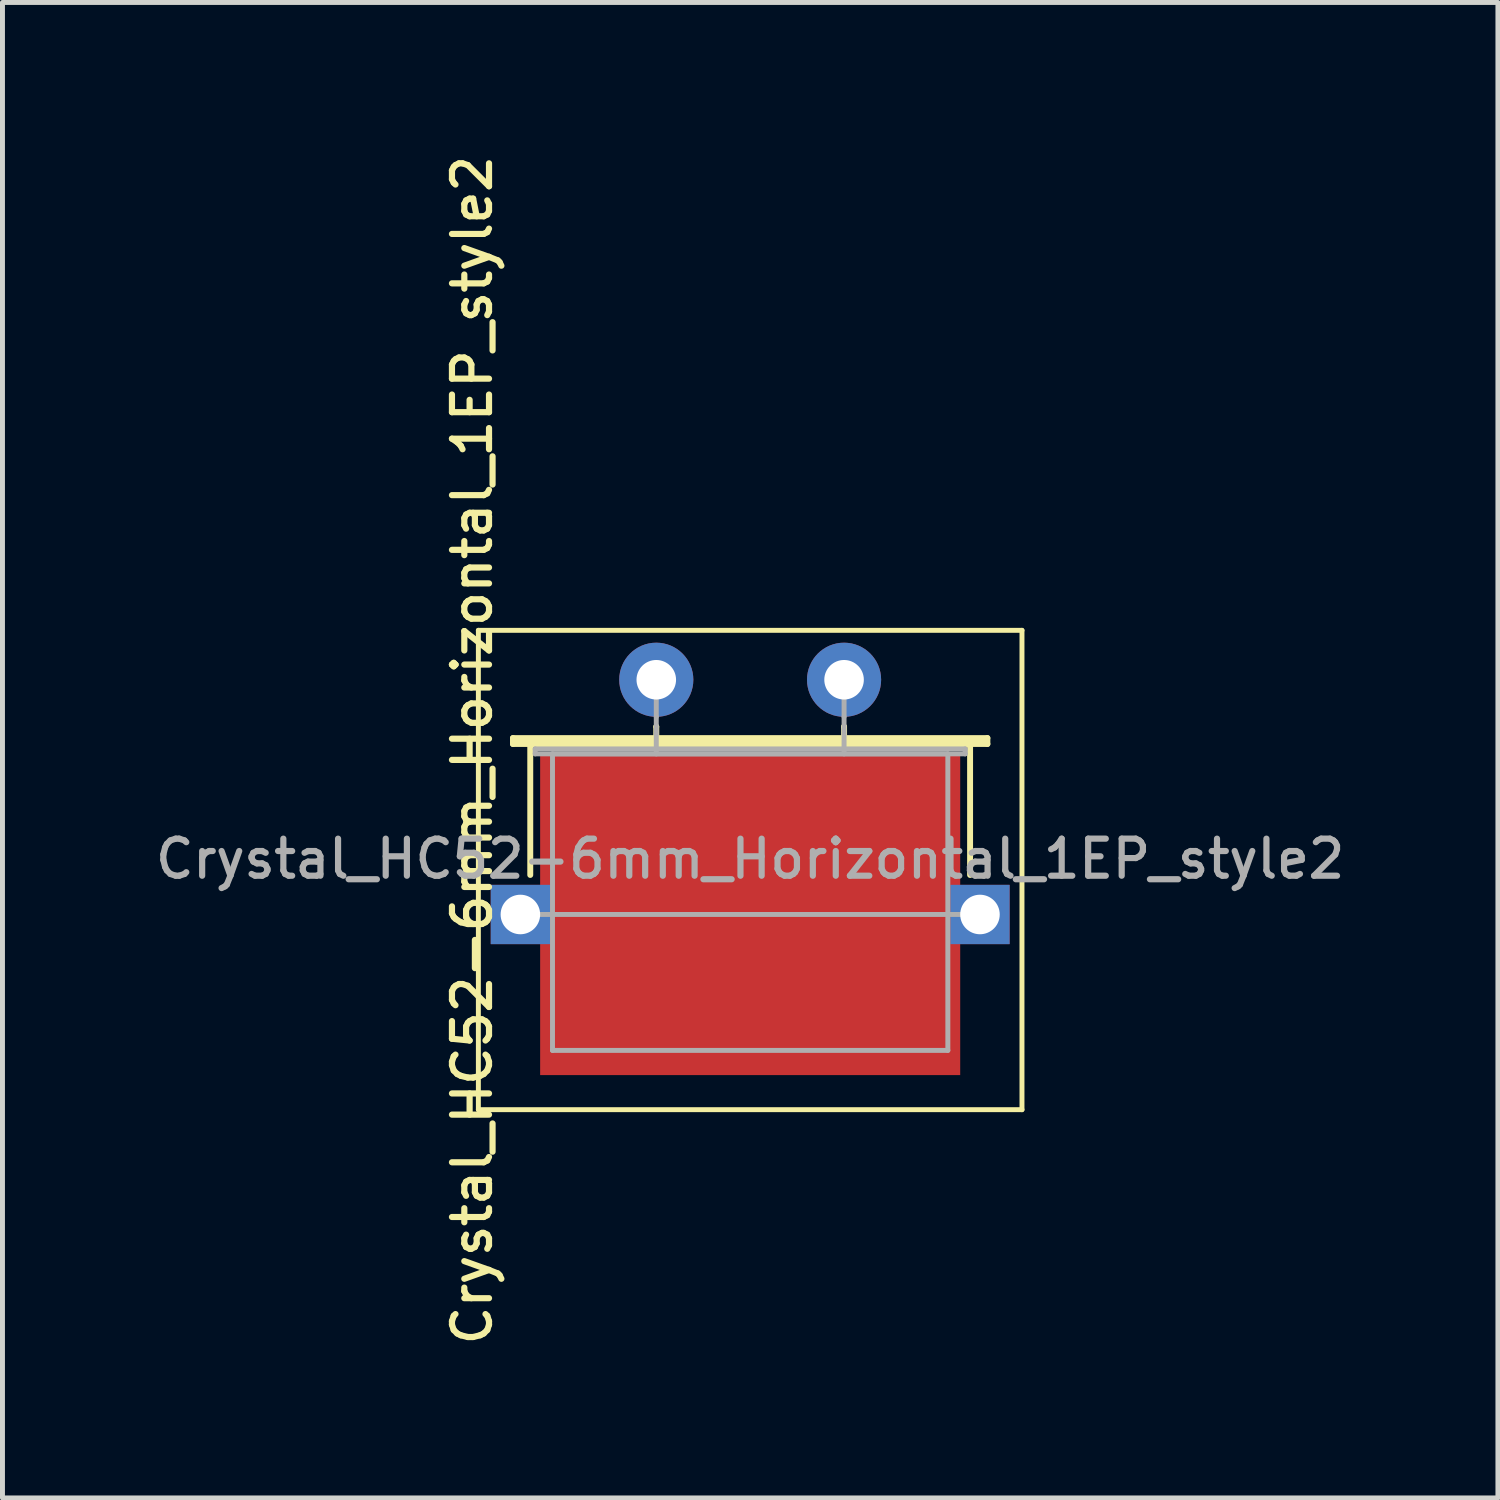
<source format=kicad_pcb>
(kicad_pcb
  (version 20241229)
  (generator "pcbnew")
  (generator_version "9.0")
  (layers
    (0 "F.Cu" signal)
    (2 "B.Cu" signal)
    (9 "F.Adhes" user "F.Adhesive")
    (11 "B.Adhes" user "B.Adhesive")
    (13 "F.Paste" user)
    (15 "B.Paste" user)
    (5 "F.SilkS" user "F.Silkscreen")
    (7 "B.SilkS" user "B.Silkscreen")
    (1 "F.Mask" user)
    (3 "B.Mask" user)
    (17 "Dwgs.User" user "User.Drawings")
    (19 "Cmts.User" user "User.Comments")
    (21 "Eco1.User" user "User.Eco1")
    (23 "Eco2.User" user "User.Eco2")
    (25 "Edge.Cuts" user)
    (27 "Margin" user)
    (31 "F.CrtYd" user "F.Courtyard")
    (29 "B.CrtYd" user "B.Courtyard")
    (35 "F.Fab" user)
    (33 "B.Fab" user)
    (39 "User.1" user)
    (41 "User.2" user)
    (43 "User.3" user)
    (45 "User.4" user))
  (footprint "Crystal_HC52-6mm_Horizontal_1EP_style2"
    (layer "F.Cu")
    (at 10.23 10.705)
    (property "Reference" "Crystal_HC52-6mm_Horizontal_1EP_style2" (at -3.725 1.425 90) (layer "F.SilkS") (effects (font (size 0.75 0.75) (thickness 0.125))))
    (attr through_hole)
    (fp_line (start -3.6 -1) (end -3.6 8.7) (stroke (width 0.1) (type solid)) (layer "F.SilkS"))
    (fp_line (start -3.6 8.7) (end 7.4 8.7) (stroke (width 0.1) (type solid)) (layer "F.SilkS"))
    (fp_line (start -2.9 1.18) (end 6.7 1.18) (stroke (width 0.12) (type solid)) (layer "F.SilkS"))
    (fp_line (start -2.9 1.3) (end -2.9 1.18) (stroke (width 0.12) (type solid)) (layer "F.SilkS"))
    (fp_line (start -2.55 1.3) (end 6.35 1.3) (stroke (width 0.12) (type solid)) (layer "F.SilkS"))
    (fp_line (start -2.55 3.95) (end -2.55 1.3) (stroke (width 0.12) (type solid)) (layer "F.SilkS"))
    (fp_line (start 0 0.95) (end 0 0.95) (stroke (width 0.12) (type solid)) (layer "F.SilkS"))
    (fp_line (start 0 1.3) (end 0 0.95) (stroke (width 0.12) (type solid)) (layer "F.SilkS"))
    (fp_line (start 3.8 0.95) (end 3.8 0.95) (stroke (width 0.12) (type solid)) (layer "F.SilkS"))
    (fp_line (start 3.8 1.3) (end 3.8 0.95) (stroke (width 0.12) (type solid)) (layer "F.SilkS"))
    (fp_line (start 6.35 1.3) (end 6.35 3.95) (stroke (width 0.12) (type solid)) (layer "F.SilkS"))
    (fp_line (start 6.7 1.18) (end 6.7 1.3) (stroke (width 0.12) (type solid)) (layer "F.SilkS"))
    (fp_line (start 6.7 1.3) (end -2.9 1.3) (stroke (width 0.12) (type solid)) (layer "F.SilkS"))
    (fp_line (start 7.4 -1) (end -3.6 -1) (stroke (width 0.1) (type solid)) (layer "F.SilkS"))
    (fp_line (start 7.4 8.7) (end 7.4 -1) (stroke (width 0.1) (type solid)) (layer "F.SilkS"))
    (fp_line (start -2.75 4.75) (end 6.55 4.75) (stroke (width 0.1) (type solid)) (layer "F.Fab"))
    (fp_line (start -2.45 1.4) (end 6.25 1.4) (stroke (width 0.1) (type solid)) (layer "F.Fab"))
    (fp_line (start -2.45 1.5) (end -2.45 1.4) (stroke (width 0.1) (type solid)) (layer "F.Fab"))
    (fp_line (start -2.1 1.5) (end -2.1 7.5) (stroke (width 0.1) (type solid)) (layer "F.Fab"))
    (fp_line (start -2.1 7.5) (end 5.9 7.5) (stroke (width 0.1) (type solid)) (layer "F.Fab"))
    (fp_line (start 0 0.75) (end 0 0) (stroke (width 0.1) (type solid)) (layer "F.Fab"))
    (fp_line (start 0 1.5) (end 0 0.75) (stroke (width 0.1) (type solid)) (layer "F.Fab"))
    (fp_line (start 3.8 0.75) (end 3.8 0) (stroke (width 0.1) (type solid)) (layer "F.Fab"))
    (fp_line (start 3.8 1.5) (end 3.8 0.75) (stroke (width 0.1) (type solid)) (layer "F.Fab"))
    (fp_line (start 5.9 1.5) (end -2.1 1.5) (stroke (width 0.1) (type solid)) (layer "F.Fab"))
    (fp_line (start 5.9 7.5) (end 5.9 1.5) (stroke (width 0.1) (type solid)) (layer "F.Fab"))
    (fp_line (start 6.25 1.4) (end 6.25 1.5) (stroke (width 0.1) (type solid)) (layer "F.Fab"))
    (fp_line (start 6.25 1.5) (end -2.45 1.5) (stroke (width 0.1) (type solid)) (layer "F.Fab"))
    (fp_text user "${REFERENCE}" (at 1.9 3.625 0) (layer "F.Fab") (effects (font (size 0.75 0.75) (thickness 0.125))))
    (pad "1" thru_hole circle (at 0 0) (size 1.5 1.5) (drill 0.8) (layers "*.Cu" "*.Mask"))
    (pad "2" thru_hole circle (at 3.8 0) (size 1.5 1.5) (drill 0.8) (layers "*.Cu" "*.Mask"))
    (pad "3" thru_hole rect (at -2.75 4.75) (size 1.2 1.2) (drill 0.8) (layers "*.Cu" "*.Mask"))
    (pad "3" smd rect (at 1.9 4.75) (size 8.5 6.5) (layers "F.Cu" "F.Mask" "F.Paste"))
    (pad "3" thru_hole rect (at 6.55 4.75) (size 1.2 1.2) (drill 0.8) (layers "*.Cu" "*.Mask")))
  (gr_rect
    (start -3 -3)
    (end 27.261 27.261)
    (stroke (width 0.1) (type default))
    (fill no)
    (layer "Edge.Cuts")))
</source>
